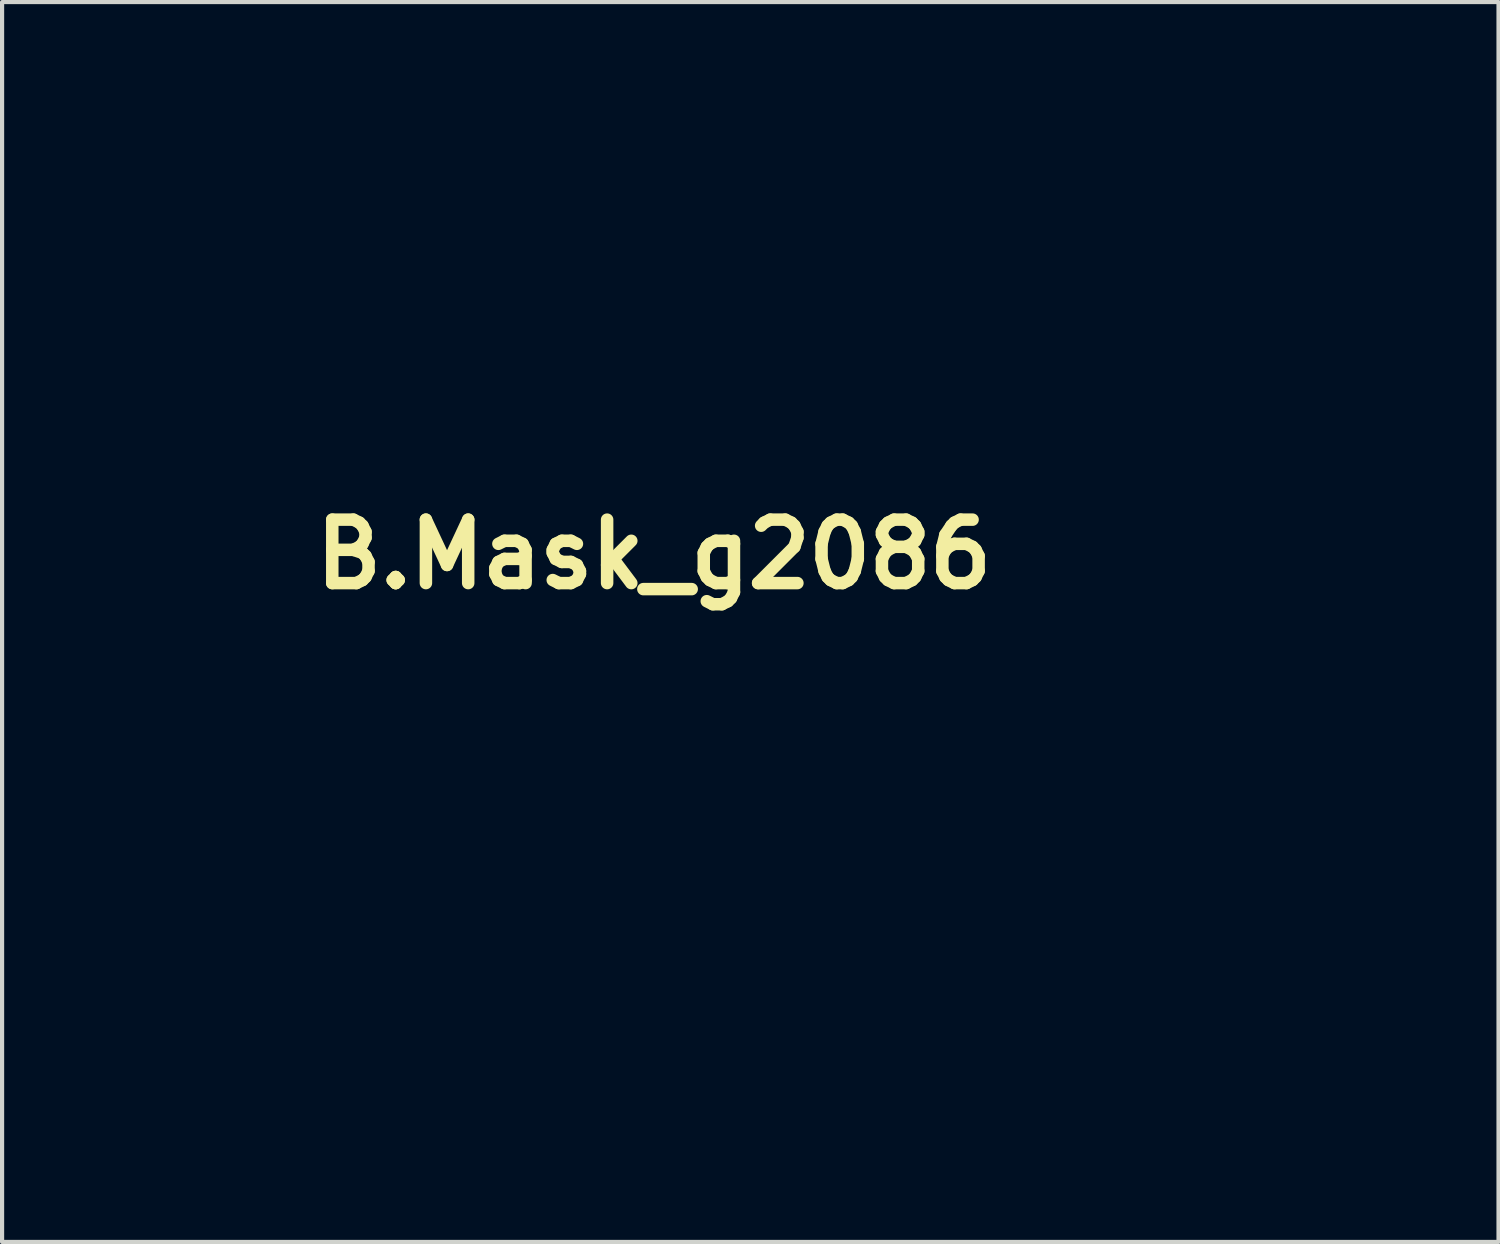
<source format=kicad_pcb>
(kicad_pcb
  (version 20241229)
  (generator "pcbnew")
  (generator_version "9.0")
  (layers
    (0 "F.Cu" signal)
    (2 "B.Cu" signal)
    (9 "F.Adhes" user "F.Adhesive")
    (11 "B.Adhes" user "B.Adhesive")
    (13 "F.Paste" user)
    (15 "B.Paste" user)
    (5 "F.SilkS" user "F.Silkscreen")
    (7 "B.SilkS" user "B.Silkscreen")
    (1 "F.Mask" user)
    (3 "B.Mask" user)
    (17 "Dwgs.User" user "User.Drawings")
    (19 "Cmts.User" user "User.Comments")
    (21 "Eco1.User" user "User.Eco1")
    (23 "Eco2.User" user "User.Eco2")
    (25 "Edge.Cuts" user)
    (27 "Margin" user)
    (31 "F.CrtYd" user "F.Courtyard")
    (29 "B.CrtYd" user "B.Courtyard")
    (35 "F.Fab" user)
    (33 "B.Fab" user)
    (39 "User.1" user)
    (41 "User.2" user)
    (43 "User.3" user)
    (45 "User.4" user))
  (footprint "B.Mask_g2086"
    (layer "F.Cu")
    (at 12.663 10.271)
    (property "Reference" "B.Mask_g2086" (at 0 0 0) (layer "F.SilkS") (effects (font (size 1.524 1.524) (thickness 0.3))))
    (attr through_hole)
    (fp_poly (pts (xy -6.048 -0.24) (xy -5.9 -0.07) (xy -5.718 0.103) (xy -5.51 0.274) (xy -5.281 0.436) (xy -5.139 0.525) (xy -5.071 0.565) (xy -4.973 0.621) (xy -4.853 0.689) (xy -4.719 0.765) (xy -4.577 0.844) (xy -4.477 0.899) (xy -4.207 1.051) (xy -3.97 1.191) (xy -3.762 1.323) (xy -3.576 1.45) (xy -3.406 1.576) (xy -3.247 1.706) (xy -3.217 1.731) (xy -3.153 1.789) (xy -3.063 1.873) (xy -2.952 1.98) (xy -2.823 2.105) (xy -2.682 2.244) (xy -2.531 2.393) (xy -2.376 2.548) (xy -2.223 2.703) (xy -2.067 2.859) (xy -1.914 3.013) (xy -1.767 3.159) (xy -1.63 3.294) (xy -1.507 3.414) (xy -1.401 3.516) (xy -1.317 3.595) (xy -1.258 3.648) (xy -1.257 3.649) (xy -1.044 3.833) (xy -1.014 4.388) (xy -1.003 4.63) (xy -0.994 4.881) (xy -0.988 5.134) (xy -0.985 5.385) (xy -0.984 5.628) (xy -0.986 5.858) (xy -0.991 6.068) (xy -0.998 6.254) (xy -1.008 6.411) (xy -1.02 6.532) (xy -1.024 6.559) (xy -1.049 6.703) (xy -1.077 6.843) (xy -1.106 6.973) (xy -1.136 7.086) (xy -1.164 7.176) (xy -1.188 7.237) (xy -1.206 7.262) (xy -1.238 7.271) (xy -1.302 7.286) (xy -1.393 7.304) (xy -1.5 7.325) (xy -1.556 7.335) (xy -1.66 7.354) (xy -1.796 7.382) (xy -1.957 7.415) (xy -2.132 7.452) (xy -2.315 7.491) (xy -2.496 7.531) (xy -2.529 7.539) (xy -2.894 7.62) (xy -3.222 7.692) (xy -3.516 7.755) (xy -3.78 7.809) (xy -4.017 7.856) (xy -4.232 7.896) (xy -4.428 7.93) (xy -4.609 7.957) (xy -4.778 7.979) (xy -4.939 7.997) (xy -5.097 8.01) (xy -5.254 8.02) (xy -5.414 8.026) (xy -5.581 8.03) (xy -5.641 8.031) (xy -5.787 8.033) (xy -5.926 8.034) (xy -6.048 8.034) (xy -6.148 8.033) (xy -6.216 8.031) (xy -6.234 8.03) (xy -6.54 8) (xy -6.808 7.961) (xy -7.044 7.912) (xy -7.251 7.853) (xy -7.434 7.782) (xy -7.484 7.758) (xy -7.747 7.609) (xy -7.982 7.427) (xy -8.192 7.214) (xy -8.377 6.966) (xy -8.527 6.705) (xy -8.662 6.397) (xy -8.769 6.062) (xy -8.846 5.704) (xy -8.893 5.329) (xy -8.911 4.941) (xy -8.899 4.543) (xy -8.856 4.141) (xy -8.783 3.739) (xy -8.741 3.567) (xy -8.626 3.17) (xy -8.487 2.785) (xy -8.323 2.41) (xy -8.13 2.04) (xy -7.908 1.673) (xy -7.654 1.307) (xy -7.366 0.937) (xy -7.044 0.561) (xy -6.684 0.176) (xy -6.492 -0.018) (xy -6.144 -0.364) (xy -6.048 -0.24)) (stroke (width 0.01) (type solid)) (fill yes) (layer "B.Mask"))
    (fp_poly (pts (xy -0.19 8.257) (xy -0.101 8.263) (xy -0.016 8.275) (xy 0.073 8.297) (xy 0.175 8.328) (xy 0.297 8.373) (xy 0.447 8.431) (xy 0.498 8.452) (xy 0.806 8.57) (xy 1.114 8.676) (xy 1.431 8.771) (xy 1.766 8.86) (xy 2.13 8.943) (xy 2.328 8.985) (xy 2.527 9.025) (xy 2.694 9.057) (xy 2.842 9.082) (xy 2.98 9.102) (xy 3.12 9.118) (xy 3.272 9.133) (xy 3.446 9.146) (xy 3.577 9.155) (xy 3.732 9.166) (xy 3.885 9.178) (xy 4.027 9.191) (xy 4.149 9.203) (xy 4.242 9.214) (xy 4.268 9.218) (xy 4.522 9.271) (xy 4.739 9.344) (xy 4.923 9.438) (xy 5.074 9.554) (xy 5.194 9.693) (xy 5.263 9.808) (xy 5.291 9.865) (xy 5.307 9.904) (xy 5.309 9.915) (xy 5.29 9.929) (xy 5.247 9.961) (xy 5.207 9.991) (xy 5.104 10.072) (xy 5.007 10.154) (xy 4.914 10.242) (xy 4.818 10.34) (xy 4.717 10.452) (xy 4.607 10.584) (xy 4.483 10.738) (xy 4.342 10.921) (xy 4.244 11.049) (xy 4.074 11.267) (xy 3.91 11.462) (xy 3.746 11.642) (xy 3.574 11.813) (xy 3.387 11.982) (xy 3.179 12.156) (xy 2.941 12.342) (xy 2.893 12.379) (xy 2.739 12.493) (xy 2.565 12.616) (xy 2.378 12.743) (xy 2.185 12.87) (xy 1.995 12.992) (xy 1.814 13.103) (xy 1.651 13.2) (xy 1.511 13.277) (xy 1.481 13.293) (xy 1.391 13.328) (xy 1.264 13.362) (xy 1.107 13.394) (xy 0.924 13.423) (xy 0.723 13.45) (xy 0.508 13.472) (xy 0.285 13.491) (xy 0.061 13.505) (xy -0.16 13.513) (xy -0.37 13.516) (xy -0.566 13.512) (xy -0.709 13.504) (xy -1.115 13.459) (xy -1.499 13.386) (xy -1.857 13.288) (xy -2.187 13.166) (xy -2.485 13.019) (xy -2.681 12.898) (xy -3.035 12.631) (xy -3.366 12.33) (xy -3.673 11.994) (xy -3.955 11.624) (xy -4.211 11.222) (xy -4.423 10.827) (xy -4.481 10.704) (xy -4.543 10.567) (xy -4.605 10.423) (xy -4.666 10.276) (xy -4.724 10.132) (xy -4.776 9.995) (xy -4.821 9.873) (xy -4.856 9.769) (xy -4.88 9.689) (xy -4.89 9.639) (xy -4.888 9.624) (xy -4.866 9.617) (xy -4.808 9.602) (xy -4.723 9.58) (xy -4.615 9.553) (xy -4.493 9.523) (xy -4.477 9.519) (xy -4.326 9.481) (xy -4.15 9.436) (xy -3.958 9.385) (xy -3.758 9.33) (xy -3.56 9.276) (xy -3.373 9.223) (xy -3.207 9.175) (xy -3.07 9.134) (xy -3.037 9.124) (xy -2.733 9.026) (xy -2.46 8.935) (xy -2.21 8.846) (xy -1.973 8.755) (xy -1.739 8.661) (xy -1.705 8.647) (xy -1.46 8.546) (xy -1.247 8.463) (xy -1.061 8.396) (xy -0.897 8.344) (xy -0.75 8.306) (xy -0.613 8.279) (xy -0.483 8.263) (xy -0.352 8.256) (xy -0.291 8.255) (xy -0.19 8.257)) (stroke (width 0.01) (type solid)) (fill yes) (layer "B.Mask"))
    (fp_poly (pts (xy 14.309 -8.869) (xy 15.748 -8.869) (xy 15.748 -10.266) (xy 17.25 -10.266) (xy 17.229 -10.212) (xy 17.214 -10.14) (xy 17.21 -10.035) (xy 17.218 -9.896) (xy 17.237 -9.719) (xy 17.253 -9.606) (xy 17.28 -9.39) (xy 17.289 -9.21) (xy 17.281 -9.065) (xy 17.253 -8.95) (xy 17.205 -8.864) (xy 17.134 -8.802) (xy 17.04 -8.764) (xy 16.921 -8.745) (xy 16.84 -8.742) (xy 16.757 -8.745) (xy 16.645 -8.753) (xy 16.517 -8.766) (xy 16.386 -8.782) (xy 16.344 -8.787) (xy 16.198 -8.806) (xy 16.085 -8.817) (xy 15.997 -8.821) (xy 15.927 -8.817) (xy 15.898 -8.814) (xy 15.78 -8.795) (xy 15.774 -8.125) (xy 15.769 -7.455) (xy 15.657 -7.441) (xy 15.595 -7.439) (xy 15.502 -7.441) (xy 15.386 -7.447) (xy 15.258 -7.456) (xy 15.196 -7.462) (xy 15.001 -7.479) (xy 14.841 -7.484) (xy 14.711 -7.478) (xy 14.606 -7.46) (xy 14.52 -7.429) (xy 14.448 -7.384) (xy 14.41 -7.351) (xy 14.358 -7.288) (xy 14.321 -7.209) (xy 14.3 -7.11) (xy 14.292 -6.983) (xy 14.296 -6.821) (xy 14.296 -6.818) (xy 14.306 -6.619) (xy 14.315 -6.458) (xy 14.321 -6.33) (xy 14.325 -6.232) (xy 14.327 -6.159) (xy 14.327 -6.106) (xy 14.325 -6.069) (xy 14.322 -6.045) (xy 14.317 -6.028) (xy 14.311 -6.016) (xy 14.262 -5.969) (xy 14.175 -5.941) (xy 14.05 -5.931) (xy 13.887 -5.938) (xy 13.686 -5.963) (xy 13.568 -5.982) (xy 13.408 -6.007) (xy 13.257 -6.022) (xy 13.123 -6.027) (xy 13.014 -6.021) (xy 12.937 -6.006) (xy 12.928 -6.002) (xy 12.918 -6) (xy 12.91 -6.005) (xy 12.903 -6.023) (xy 12.899 -6.056) (xy 12.895 -6.109) (xy 12.893 -6.186) (xy 12.892 -6.291) (xy 12.891 -6.428) (xy 12.891 -6.601) (xy 12.89 -6.714) (xy 12.89 -7.441) (xy 12.745 -7.433) (xy 12.668 -7.433) (xy 12.562 -7.439) (xy 12.436 -7.451) (xy 12.303 -7.466) (xy 12.267 -7.471) (xy 12.086 -7.493) (xy 11.941 -7.502) (xy 11.825 -7.498) (xy 11.735 -7.478) (xy 11.664 -7.443) (xy 11.607 -7.391) (xy 11.562 -7.326) (xy 11.537 -7.283) (xy 11.521 -7.243) (xy 11.512 -7.197) (xy 11.507 -7.136) (xy 11.505 -7.048) (xy 11.505 -6.964) (xy 11.507 -6.834) (xy 11.511 -6.683) (xy 11.517 -6.528) (xy 11.524 -6.401) (xy 11.53 -6.288) (xy 11.532 -6.186) (xy 11.532 -6.105) (xy 11.529 -6.054) (xy 11.528 -6.046) (xy 11.514 -5.99) (xy 10.097 -5.99) (xy 10.097 -7.41) (xy 10.17 -7.441) (xy 10.252 -7.462) (xy 10.364 -7.47) (xy 10.51 -7.464) (xy 10.691 -7.444) (xy 10.874 -7.417) (xy 11.056 -7.39) (xy 11.211 -7.376) (xy 11.336 -7.372) (xy 11.425 -7.381) (xy 11.471 -7.397) (xy 11.478 -7.421) (xy 11.484 -7.484) (xy 11.488 -7.586) (xy 11.491 -7.729) (xy 11.493 -7.912) (xy 11.493 -8.138) (xy 11.493 -8.869) (xy 12.89 -8.869) (xy 12.89 -10.266) (xy 14.309 -10.266) (xy 14.309 -8.869)) (stroke (width 0.01) (type solid)) (fill yes) (layer "B.Mask"))
    (fp_poly (pts (xy -8.361 -8.869) (xy -6.921 -8.869) (xy -6.921 -10.266) (xy -6.178 -10.266) (xy -5.978 -10.266) (xy -5.816 -10.265) (xy -5.689 -10.263) (xy -5.593 -10.261) (xy -5.524 -10.258) (xy -5.479 -10.253) (xy -5.455 -10.248) (xy -5.446 -10.24) (xy -5.446 -10.237) (xy -5.465 -10.167) (xy -5.473 -10.077) (xy -5.47 -9.962) (xy -5.456 -9.815) (xy -5.44 -9.693) (xy -5.416 -9.496) (xy -5.402 -9.32) (xy -5.397 -9.171) (xy -5.401 -9.054) (xy -5.416 -8.972) (xy -5.419 -8.962) (xy -5.457 -8.887) (xy -5.509 -8.829) (xy -5.58 -8.787) (xy -5.673 -8.759) (xy -5.791 -8.746) (xy -5.939 -8.747) (xy -6.12 -8.76) (xy -6.339 -8.786) (xy -6.345 -8.787) (xy -6.495 -8.806) (xy -6.609 -8.817) (xy -6.696 -8.821) (xy -6.761 -8.818) (xy -6.789 -8.814) (xy -6.89 -8.795) (xy -6.901 -7.456) (xy -7.012 -7.443) (xy -7.07 -7.44) (xy -7.16 -7.442) (xy -7.274 -7.447) (xy -7.401 -7.456) (xy -7.497 -7.464) (xy -7.682 -7.478) (xy -7.832 -7.484) (xy -7.952 -7.481) (xy -8.049 -7.467) (xy -8.13 -7.443) (xy -8.2 -7.408) (xy -8.216 -7.398) (xy -8.276 -7.349) (xy -8.323 -7.289) (xy -8.356 -7.213) (xy -8.378 -7.117) (xy -8.388 -6.995) (xy -8.387 -6.843) (xy -8.378 -6.655) (xy -8.373 -6.584) (xy -8.364 -6.454) (xy -8.357 -6.33) (xy -8.354 -6.222) (xy -8.353 -6.139) (xy -8.355 -6.101) (xy -8.366 -5.99) (xy -9.776 -5.99) (xy -9.79 -6.08) (xy -9.793 -6.132) (xy -9.793 -6.217) (xy -9.791 -6.324) (xy -9.787 -6.446) (xy -9.783 -6.519) (xy -9.775 -6.712) (xy -9.773 -6.869) (xy -9.78 -6.994) (xy -9.795 -7.095) (xy -9.821 -7.175) (xy -9.856 -7.24) (xy -9.904 -7.297) (xy -9.906 -7.299) (xy -9.989 -7.362) (xy -10.098 -7.407) (xy -10.236 -7.436) (xy -10.407 -7.447) (xy -10.546 -7.447) (xy -10.712 -7.437) (xy -10.843 -7.418) (xy -10.947 -7.388) (xy -11.03 -7.343) (xy -11.1 -7.282) (xy -11.112 -7.268) (xy -11.152 -7.217) (xy -11.183 -7.16) (xy -11.207 -7.093) (xy -11.224 -7.009) (xy -11.235 -6.904) (xy -11.241 -6.771) (xy -11.243 -6.606) (xy -11.242 -6.472) (xy -11.238 -5.99) (xy -11.934 -5.99) (xy -12.101 -5.991) (xy -12.255 -5.992) (xy -12.39 -5.994) (xy -12.502 -5.996) (xy -12.584 -5.999) (xy -12.633 -6.002) (xy -12.644 -6.004) (xy -12.647 -6.028) (xy -12.65 -6.089) (xy -12.653 -6.182) (xy -12.655 -6.302) (xy -12.657 -6.444) (xy -12.658 -6.603) (xy -12.658 -6.7) (xy -12.657 -6.893) (xy -12.656 -7.048) (xy -12.655 -7.169) (xy -12.652 -7.26) (xy -12.648 -7.325) (xy -12.642 -7.369) (xy -12.636 -7.395) (xy -12.627 -7.407) (xy -12.571 -7.432) (xy -12.476 -7.443) (xy -12.342 -7.441) (xy -12.168 -7.425) (xy -12.037 -7.408) (xy -11.808 -7.381) (xy -11.619 -7.369) (xy -11.468 -7.372) (xy -11.357 -7.39) (xy -11.289 -7.42) (xy -11.227 -7.477) (xy -11.182 -7.548) (xy -11.153 -7.637) (xy -11.139 -7.75) (xy -11.139 -7.89) (xy -11.154 -8.062) (xy -11.176 -8.234) (xy -11.201 -8.427) (xy -11.214 -8.582) (xy -11.216 -8.701) (xy -11.206 -8.786) (xy -11.198 -8.815) (xy -11.177 -8.869) (xy -9.779 -8.869) (xy -9.779 -10.266) (xy -8.361 -10.266) (xy -8.361 -8.869)) (stroke (width 0.01) (type solid)) (fill yes) (layer "B.Mask"))
    (fp_poly (pts (xy -1.06 -8.877) (xy -0.908 -8.869) (xy -0.774 -8.858) (xy -0.669 -8.842) (xy -0.657 -8.84) (xy -0.326 -8.75) (xy -0.023 -8.631) (xy 0.256 -8.481) (xy 0.516 -8.296) (xy 0.691 -8.143) (xy 0.751 -8.083) (xy 0.834 -7.997) (xy 0.934 -7.89) (xy 1.047 -7.768) (xy 1.167 -7.636) (xy 1.289 -7.5) (xy 1.341 -7.44) (xy 1.47 -7.296) (xy 1.604 -7.148) (xy 1.738 -7.001) (xy 1.865 -6.864) (xy 1.979 -6.744) (xy 2.074 -6.646) (xy 2.095 -6.625) (xy 2.354 -6.38) (xy 2.603 -6.173) (xy 2.846 -6.004) (xy 3.086 -5.87) (xy 3.326 -5.769) (xy 3.569 -5.701) (xy 3.819 -5.663) (xy 4.066 -5.654) (xy 4.333 -5.658) (xy 4.585 -5.476) (xy 4.818 -5.314) (xy 5.055 -5.163) (xy 5.287 -5.029) (xy 5.503 -4.917) (xy 5.61 -4.868) (xy 5.717 -4.82) (xy 5.822 -4.772) (xy 5.912 -4.729) (xy 5.969 -4.701) (xy 6.043 -4.665) (xy 6.112 -4.638) (xy 6.149 -4.626) (xy 6.214 -4.592) (xy 6.26 -4.54) (xy 6.307 -4.479) (xy 6.366 -4.422) (xy 6.441 -4.369) (xy 6.537 -4.315) (xy 6.658 -4.26) (xy 6.809 -4.201) (xy 6.993 -4.136) (xy 7.165 -4.079) (xy 7.408 -4.002) (xy 7.621 -3.94) (xy 7.812 -3.892) (xy 7.992 -3.855) (xy 8.168 -3.828) (xy 8.349 -3.81) (xy 8.545 -3.798) (xy 8.61 -3.795) (xy 8.721 -3.79) (xy 8.816 -3.785) (xy 8.887 -3.78) (xy 8.926 -3.775) (xy 8.932 -3.773) (xy 8.922 -3.752) (xy 8.894 -3.703) (xy 8.854 -3.634) (xy 8.825 -3.585) (xy 8.638 -3.239) (xy 8.477 -2.861) (xy 8.34 -2.45) (xy 8.228 -2.004) (xy 8.181 -1.77) (xy 8.165 -1.675) (xy 8.145 -1.547) (xy 8.121 -1.391) (xy 8.096 -1.218) (xy 8.07 -1.034) (xy 8.044 -0.847) (xy 8.032 -0.761) (xy 8.008 -0.576) (xy 7.983 -0.393) (xy 7.958 -0.217) (xy 7.936 -0.056) (xy 7.917 0.081) (xy 7.901 0.187) (xy 7.895 0.226) (xy 7.864 0.513) (xy 7.854 0.807) (xy 7.868 1.092) (xy 7.886 1.246) (xy 7.909 1.382) (xy 7.939 1.527) (xy 7.977 1.687) (xy 8.025 1.867) (xy 8.084 2.07) (xy 8.155 2.302) (xy 8.24 2.568) (xy 8.264 2.642) (xy 8.347 2.897) (xy 8.416 3.117) (xy 8.473 3.31) (xy 8.52 3.48) (xy 8.558 3.633) (xy 8.588 3.776) (xy 8.611 3.914) (xy 8.629 4.053) (xy 8.644 4.199) (xy 8.655 4.358) (xy 8.657 4.39) (xy 8.671 4.567) (xy 8.688 4.74) (xy 8.711 4.916) (xy 8.741 5.102) (xy 8.779 5.309) (xy 8.826 5.542) (xy 8.86 5.703) (xy 8.907 5.925) (xy 8.946 6.111) (xy 8.977 6.269) (xy 9.002 6.405) (xy 9.022 6.526) (xy 9.038 6.637) (xy 9.05 6.745) (xy 9.06 6.844) (xy 9.072 7.168) (xy 9.046 7.475) (xy 8.981 7.769) (xy 8.878 8.054) (xy 8.757 8.294) (xy 8.71 8.374) (xy 8.67 8.427) (xy 8.626 8.466) (xy 8.565 8.502) (xy 8.525 8.522) (xy 8.431 8.564) (xy 8.329 8.603) (xy 8.25 8.626) (xy 8.171 8.64) (xy 8.063 8.652) (xy 7.937 8.662) (xy 7.807 8.668) (xy 7.685 8.671) (xy 7.583 8.669) (xy 7.535 8.666) (xy 7.364 8.644) (xy 7.199 8.62) (xy 7.025 8.591) (xy 6.829 8.555) (xy 6.752 8.54) (xy 6.554 8.502) (xy 6.389 8.471) (xy 6.252 8.447) (xy 6.134 8.428) (xy 6.028 8.413) (xy 5.928 8.403) (xy 5.824 8.394) (xy 5.712 8.387) (xy 5.638 8.383) (xy 5.492 8.374) (xy 5.36 8.364) (xy 5.235 8.35) (xy 5.11 8.333) (xy 4.979 8.31) (xy 4.833 8.28) (xy 4.667 8.243) (xy 4.473 8.197) (xy 4.271 8.147) (xy 4.036 8.09) (xy 3.836 8.042) (xy 3.662 8.004) (xy 3.51 7.973) (xy 3.371 7.949) (xy 3.241 7.93) (xy 3.111 7.917) (xy 2.975 7.906) (xy 2.828 7.898) (xy 2.793 7.896) (xy 2.643 7.888) (xy 2.505 7.878) (xy 2.373 7.865) (xy 2.243 7.848) (xy 2.109 7.826) (xy 1.966 7.798) (xy 1.808 7.762) (xy 1.631 7.718) (xy 1.428 7.666) (xy 1.195 7.602) (xy 0.953 7.535) (xy 0.721 7.474) (xy 0.507 7.423) (xy 0.315 7.383) (xy 0.153 7.358) (xy 0.109 7.352) (xy -0.016 7.339) (xy -0.072 7.157) (xy -0.116 7.001) (xy -0.156 6.831) (xy -0.192 6.642) (xy -0.226 6.431) (xy -0.258 6.194) (xy -0.288 5.925) (xy -0.317 5.621) (xy -0.339 5.376) (xy -0.353 5.21) (xy -0.368 5.037) (xy -0.384 4.868) (xy -0.399 4.715) (xy -0.412 4.589) (xy -0.417 4.552) (xy -0.432 4.387) (xy -0.435 4.241) (xy -0.424 4.109) (xy -0.397 3.985) (xy -0.351 3.867) (xy -0.284 3.749) (xy -0.194 3.627) (xy -0.077 3.496) (xy 0.068 3.353) (xy 0.243 3.192) (xy 0.37 3.081) (xy 0.513 2.953) (xy 0.63 2.844) (xy 0.727 2.744) (xy 0.813 2.646) (xy 0.895 2.542) (xy 0.937 2.485) (xy 1.017 2.386) (xy 1.114 2.284) (xy 1.234 2.176) (xy 1.38 2.06) (xy 1.555 1.932) (xy 1.764 1.789) (xy 1.792 1.77) (xy 1.981 1.643) (xy 2.139 1.533) (xy 2.27 1.438) (xy 2.379 1.351) (xy 2.472 1.271) (xy 2.552 1.192) (xy 2.626 1.11) (xy 2.697 1.022) (xy 2.712 1.002) (xy 2.787 0.908) (xy 2.868 0.818) (xy 2.96 0.728) (xy 3.068 0.633) (xy 3.198 0.527) (xy 3.355 0.407) (xy 3.461 0.328) (xy 3.65 0.181) (xy 3.802 0.047) (xy 3.919 -0.078) (xy 4.003 -0.196) (xy 4.057 -0.31) (xy 4.082 -0.423) (xy 4.085 -0.476) (xy 4.081 -0.55) (xy 4.07 -0.624) (xy 4.056 -0.686) (xy 4.039 -0.727) (xy 4.026 -0.737) (xy 4.002 -0.725) (xy 3.949 -0.698) (xy 3.875 -0.66) (xy 3.799 -0.621) (xy 3.707 -0.576) (xy 3.587 -0.521) (xy 3.452 -0.46) (xy 3.312 -0.4) (xy 3.222 -0.362) (xy 3.056 -0.293) (xy 2.907 -0.228) (xy 2.772 -0.164) (xy 2.648 -0.1) (xy 2.533 -0.032) (xy 2.422 0.042) (xy 2.314 0.126) (xy 2.205 0.221) (xy 2.092 0.33) (xy 1.973 0.456) (xy 1.844 0.601) (xy 1.702 0.769) (xy 1.545 0.961) (xy 1.369 1.181) (xy 1.172 1.43) (xy 1.09 1.535) (xy 0.906 1.768) (xy 0.744 1.971) (xy 0.6 2.149) (xy 0.471 2.305) (xy 0.354 2.445) (xy 0.244 2.571) (xy 0.138 2.689) (xy 0.032 2.802) (xy -0.077 2.914) (xy -0.148 2.986) (xy -0.272 3.109) (xy -0.373 3.203) (xy -0.455 3.273) (xy -0.526 3.321) (xy -0.588 3.351) (xy -0.647 3.367) (xy -0.709 3.372) (xy -0.721 3.372) (xy -0.808 3.361) (xy -0.895 3.331) (xy -0.986 3.276) (xy -1.084 3.196) (xy -1.193 3.087) (xy -1.317 2.945) (xy -1.414 2.826) (xy -1.502 2.719) (xy -1.609 2.595) (xy -1.724 2.467) (xy -1.835 2.346) (xy -1.883 2.297) (xy -1.988 2.185) (xy -2.1 2.062) (xy -2.209 1.938) (xy -2.302 1.826) (xy -2.34 1.779) (xy -2.509 1.565) (xy -2.657 1.38) (xy -2.788 1.22) (xy -2.906 1.081) (xy -3.016 0.959) (xy -3.122 0.848) (xy -3.227 0.744) (xy -3.337 0.642) (xy -3.454 0.539) (xy -3.58 0.433) (xy -3.718 0.321) (xy -3.882 0.193) (xy -4.064 0.056) (xy -4.254 -0.085) (xy -4.443 -0.222) (xy -4.623 -0.348) (xy -4.737 -0.426) (xy -4.897 -0.534) (xy -5.027 -0.625) (xy -5.135 -0.704) (xy -5.228 -0.776) (xy -5.311 -0.846) (xy -5.392 -0.92) (xy -5.437 -0.962) (xy -5.595 -1.13) (xy -5.715 -1.296) (xy -5.795 -1.463) (xy -5.837 -1.635) (xy -5.842 -1.815) (xy -5.809 -2.008) (xy -5.74 -2.217) (xy -5.649 -2.419) (xy -5.548 -2.604) (xy -5.435 -2.778) (xy -5.3 -2.955) (xy -5.258 -3.006) (xy -5.174 -3.101) (xy -5.064 -3.219) (xy -4.933 -3.352) (xy -4.788 -3.497) (xy -4.634 -3.646) (xy -4.478 -3.795) (xy -4.324 -3.937) (xy -4.179 -4.067) (xy -4.049 -4.179) (xy -4.022 -4.202) (xy -3.79 -4.401) (xy -3.591 -4.584) (xy -3.425 -4.751) (xy -3.295 -4.901) (xy -3.2 -5.033) (xy -3.189 -5.053) (xy -3.194 -5.065) (xy -3.233 -5.061) (xy -3.299 -5.043) (xy -3.387 -5.013) (xy -3.492 -4.973) (xy -3.607 -4.925) (xy -3.729 -4.871) (xy -3.852 -4.813) (xy -3.949 -4.764) (xy -4.079 -4.694) (xy -4.207 -4.62) (xy -4.338 -4.539) (xy -4.476 -4.448) (xy -4.626 -4.344) (xy -4.792 -4.223) (xy -4.981 -4.082) (xy -5.195 -3.918) (xy -5.263 -3.866) (xy -5.298 -3.841) (xy -5.311 -3.843) (xy -5.313 -3.869) (xy -5.309 -3.907) (xy -5.298 -3.975) (xy -5.282 -4.063) (xy -5.27 -4.12) (xy -5.171 -4.539) (xy -5.048 -4.946) (xy -4.899 -5.346) (xy -4.72 -5.745) (xy -4.511 -6.149) (xy -4.267 -6.562) (xy -4.091 -6.837) (xy -3.986 -6.993) (xy -3.87 -7.159) (xy -3.748 -7.329) (xy -3.624 -7.499) (xy -3.503 -7.66) (xy -3.389 -7.809) (xy -3.287 -7.937) (xy -3.2 -8.041) (xy -3.153 -8.093) (xy -2.927 -8.305) (xy -2.67 -8.487) (xy -2.384 -8.64) (xy -2.072 -8.763) (xy -1.746 -8.851) (xy -1.653 -8.865) (xy -1.527 -8.875) (xy -1.38 -8.88) (xy -1.221 -8.88) (xy -1.06 -8.877)) (stroke (width 0.01) (type solid)) (fill yes) (layer "B.Mask")))
  (gr_rect
    (start -3 -3)
    (end 32.957 26.792)
    (stroke (width 0.1) (type default))
    (fill no)
    (layer "Edge.Cuts")))
</source>
